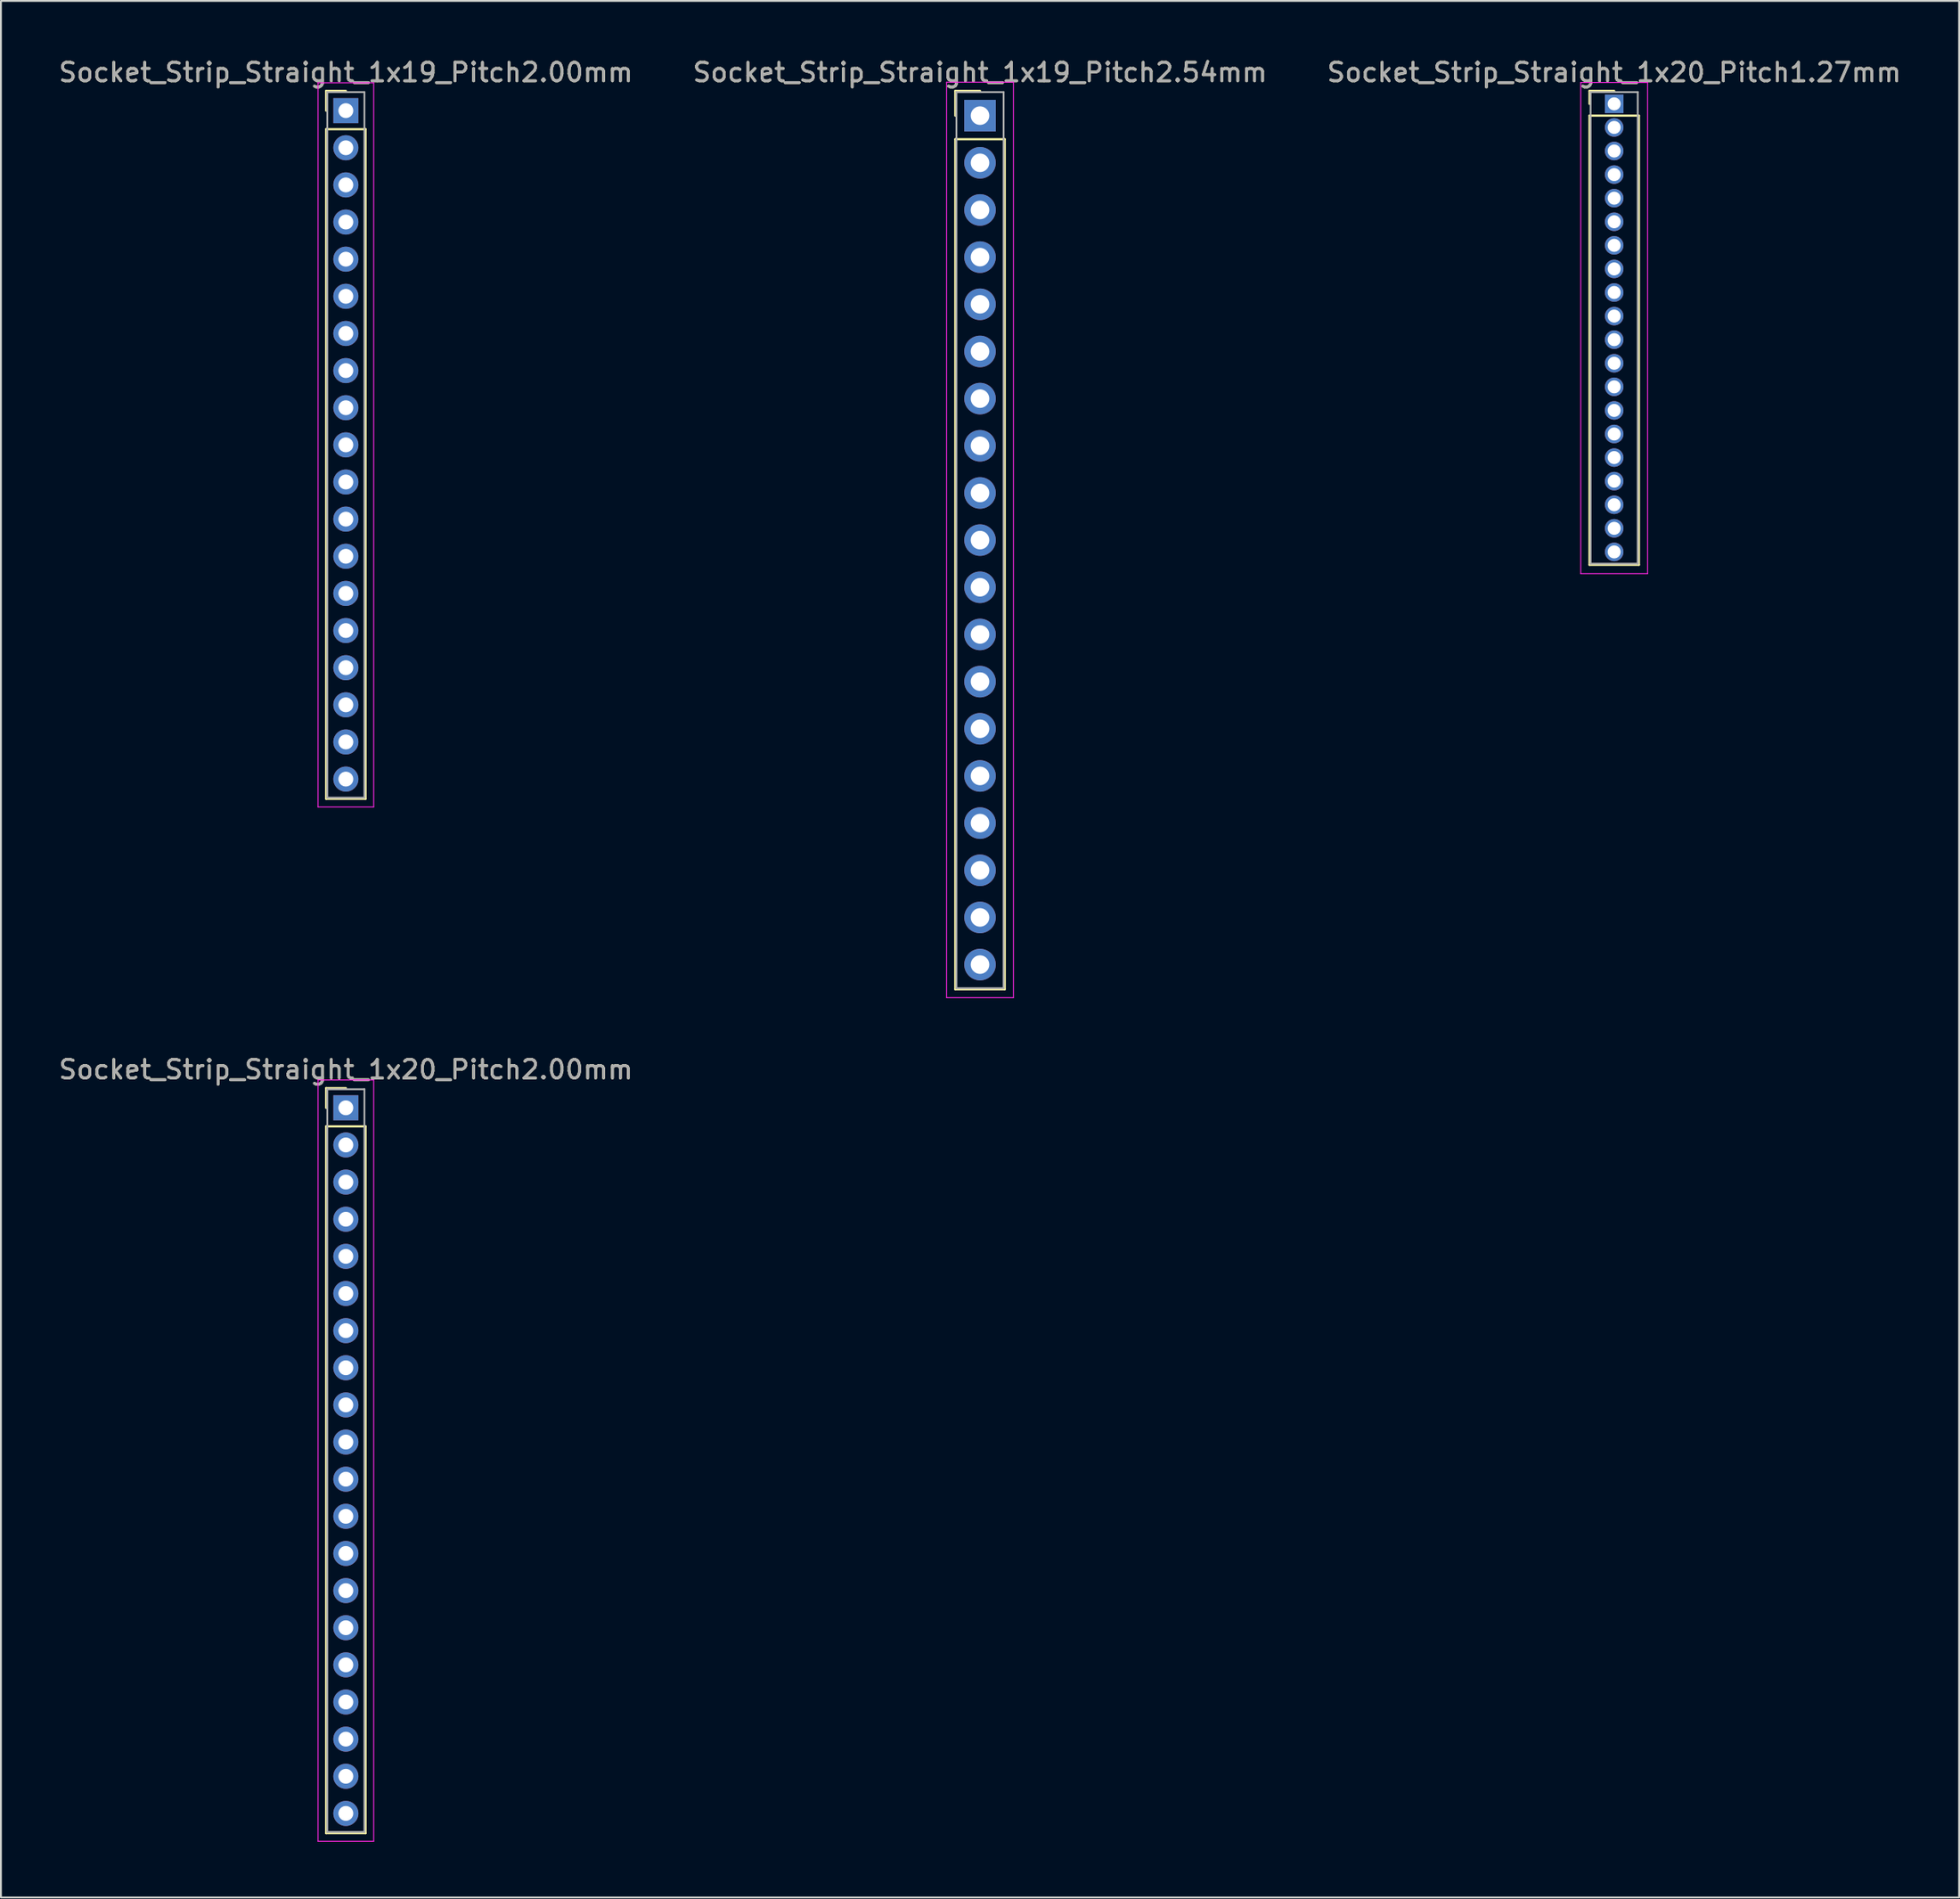
<source format=kicad_pcb>
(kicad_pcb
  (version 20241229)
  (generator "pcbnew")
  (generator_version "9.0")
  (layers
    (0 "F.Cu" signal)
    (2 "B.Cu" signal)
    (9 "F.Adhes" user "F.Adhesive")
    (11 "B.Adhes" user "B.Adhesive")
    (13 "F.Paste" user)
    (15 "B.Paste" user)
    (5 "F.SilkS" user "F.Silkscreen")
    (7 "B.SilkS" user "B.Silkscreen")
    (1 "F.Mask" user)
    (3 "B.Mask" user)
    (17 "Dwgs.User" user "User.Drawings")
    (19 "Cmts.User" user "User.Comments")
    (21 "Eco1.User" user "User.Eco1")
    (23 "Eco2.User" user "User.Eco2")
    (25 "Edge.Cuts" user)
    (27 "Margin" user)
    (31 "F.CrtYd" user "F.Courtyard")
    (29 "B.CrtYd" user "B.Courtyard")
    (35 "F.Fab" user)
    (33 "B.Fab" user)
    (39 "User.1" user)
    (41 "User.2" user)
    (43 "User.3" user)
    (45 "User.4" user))
  (footprint "Socket_Strip_Straight_1x20_Pitch2.00mm"
    (layer "F.Cu")
    (at 15.577 56.611)
    (property "Reference" "Socket_Strip_Straight_1x20_Pitch2.00mm" (at 0 -2.06 0) (layer "F.SilkS") (effects (font (size 1 1) (thickness 0.15))))
    (attr through_hole)
    (fp_line (start -1.06 -1.06) (end 0 -1.06) (stroke (width 0.12) (type solid)) (layer "F.SilkS"))
    (fp_line (start -1.06 0) (end -1.06 -1.06) (stroke (width 0.12) (type solid)) (layer "F.SilkS"))
    (fp_line (start -1.06 1) (end -1.06 39.06) (stroke (width 0.12) (type solid)) (layer "F.SilkS"))
    (fp_line (start -1.06 39.06) (end 1.06 39.06) (stroke (width 0.12) (type solid)) (layer "F.SilkS"))
    (fp_line (start 1.06 1) (end -1.06 1) (stroke (width 0.12) (type solid)) (layer "F.SilkS"))
    (fp_line (start 1.06 39.06) (end 1.06 1) (stroke (width 0.12) (type solid)) (layer "F.SilkS"))
    (fp_line (start -1.5 -1.5) (end -1.5 39.5) (stroke (width 0.05) (type solid)) (layer "F.CrtYd"))
    (fp_line (start -1.5 39.5) (end 1.5 39.5) (stroke (width 0.05) (type solid)) (layer "F.CrtYd"))
    (fp_line (start 1.5 -1.5) (end -1.5 -1.5) (stroke (width 0.05) (type solid)) (layer "F.CrtYd"))
    (fp_line (start 1.5 39.5) (end 1.5 -1.5) (stroke (width 0.05) (type solid)) (layer "F.CrtYd"))
    (fp_line (start -1 -1) (end -1 39) (stroke (width 0.1) (type solid)) (layer "F.Fab"))
    (fp_line (start -1 39) (end 1 39) (stroke (width 0.1) (type solid)) (layer "F.Fab"))
    (fp_line (start 1 -1) (end -1 -1) (stroke (width 0.1) (type solid)) (layer "F.Fab"))
    (fp_line (start 1 39) (end 1 -1) (stroke (width 0.1) (type solid)) (layer "F.Fab"))
    (fp_text user "${REFERENCE}" (at 0 -2.06 0) (layer "F.Fab") (effects (font (size 1 1) (thickness 0.15))))
    (pad "1" thru_hole rect (at 0 0) (size 1.35 1.35) (drill 0.8) (layers "*.Cu" "*.Mask"))
    (pad "2" thru_hole oval (at 0 2) (size 1.35 1.35) (drill 0.8) (layers "*.Cu" "*.Mask"))
    (pad "3" thru_hole oval (at 0 4) (size 1.35 1.35) (drill 0.8) (layers "*.Cu" "*.Mask"))
    (pad "4" thru_hole oval (at 0 6) (size 1.35 1.35) (drill 0.8) (layers "*.Cu" "*.Mask"))
    (pad "5" thru_hole oval (at 0 8) (size 1.35 1.35) (drill 0.8) (layers "*.Cu" "*.Mask"))
    (pad "6" thru_hole oval (at 0 10) (size 1.35 1.35) (drill 0.8) (layers "*.Cu" "*.Mask"))
    (pad "7" thru_hole oval (at 0 12) (size 1.35 1.35) (drill 0.8) (layers "*.Cu" "*.Mask"))
    (pad "8" thru_hole oval (at 0 14) (size 1.35 1.35) (drill 0.8) (layers "*.Cu" "*.Mask"))
    (pad "9" thru_hole oval (at 0 16) (size 1.35 1.35) (drill 0.8) (layers "*.Cu" "*.Mask"))
    (pad "10" thru_hole oval (at 0 18) (size 1.35 1.35) (drill 0.8) (layers "*.Cu" "*.Mask"))
    (pad "11" thru_hole oval (at 0 20) (size 1.35 1.35) (drill 0.8) (layers "*.Cu" "*.Mask"))
    (pad "12" thru_hole oval (at 0 22) (size 1.35 1.35) (drill 0.8) (layers "*.Cu" "*.Mask"))
    (pad "13" thru_hole oval (at 0 24) (size 1.35 1.35) (drill 0.8) (layers "*.Cu" "*.Mask"))
    (pad "14" thru_hole oval (at 0 26) (size 1.35 1.35) (drill 0.8) (layers "*.Cu" "*.Mask"))
    (pad "15" thru_hole oval (at 0 28) (size 1.35 1.35) (drill 0.8) (layers "*.Cu" "*.Mask"))
    (pad "16" thru_hole oval (at 0 30) (size 1.35 1.35) (drill 0.8) (layers "*.Cu" "*.Mask"))
    (pad "17" thru_hole oval (at 0 32) (size 1.35 1.35) (drill 0.8) (layers "*.Cu" "*.Mask"))
    (pad "18" thru_hole oval (at 0 34) (size 1.35 1.35) (drill 0.8) (layers "*.Cu" "*.Mask"))
    (pad "19" thru_hole oval (at 0 36) (size 1.35 1.35) (drill 0.8) (layers "*.Cu" "*.Mask"))
    (pad "20" thru_hole oval (at 0 38) (size 1.35 1.35) (drill 0.8) (layers "*.Cu" "*.Mask")))
  (footprint "Socket_Strip_Straight_1x20_Pitch1.27mm"
    (layer "F.Cu")
    (at 83.887 2.543)
    (property "Reference" "Socket_Strip_Straight_1x20_Pitch1.27mm" (at 0 -1.695 0) (layer "F.SilkS") (effects (font (size 1 1) (thickness 0.15))))
    (attr through_hole)
    (fp_line (start -1.33 -0.695) (end 0 -0.695) (stroke (width 0.12) (type solid)) (layer "F.SilkS"))
    (fp_line (start -1.33 0) (end -1.33 -0.695) (stroke (width 0.12) (type solid)) (layer "F.SilkS"))
    (fp_line (start -1.33 0.635) (end -1.33 24.825) (stroke (width 0.12) (type solid)) (layer "F.SilkS"))
    (fp_line (start -1.33 24.825) (end 1.33 24.825) (stroke (width 0.12) (type solid)) (layer "F.SilkS"))
    (fp_line (start 1.33 0.635) (end -1.33 0.635) (stroke (width 0.12) (type solid)) (layer "F.SilkS"))
    (fp_line (start 1.33 24.825) (end 1.33 0.635) (stroke (width 0.12) (type solid)) (layer "F.SilkS"))
    (fp_line (start -1.8 -1.15) (end -1.8 25.3) (stroke (width 0.05) (type solid)) (layer "F.CrtYd"))
    (fp_line (start -1.8 25.3) (end 1.8 25.3) (stroke (width 0.05) (type solid)) (layer "F.CrtYd"))
    (fp_line (start 1.8 -1.15) (end -1.8 -1.15) (stroke (width 0.05) (type solid)) (layer "F.CrtYd"))
    (fp_line (start 1.8 25.3) (end 1.8 -1.15) (stroke (width 0.05) (type solid)) (layer "F.CrtYd"))
    (fp_line (start -1.27 -0.635) (end -1.27 24.765) (stroke (width 0.1) (type solid)) (layer "F.Fab"))
    (fp_line (start -1.27 24.765) (end 1.27 24.765) (stroke (width 0.1) (type solid)) (layer "F.Fab"))
    (fp_line (start 1.27 -0.635) (end -1.27 -0.635) (stroke (width 0.1) (type solid)) (layer "F.Fab"))
    (fp_line (start 1.27 24.765) (end 1.27 -0.635) (stroke (width 0.1) (type solid)) (layer "F.Fab"))
    (fp_text user "${REFERENCE}" (at 0 -1.695 0) (layer "F.Fab") (effects (font (size 1 1) (thickness 0.15))))
    (pad "1" thru_hole rect (at 0 0) (size 1 1) (drill 0.7) (layers "*.Cu" "*.Mask"))
    (pad "2" thru_hole oval (at 0 1.27) (size 1 1) (drill 0.7) (layers "*.Cu" "*.Mask"))
    (pad "3" thru_hole oval (at 0 2.54) (size 1 1) (drill 0.7) (layers "*.Cu" "*.Mask"))
    (pad "4" thru_hole oval (at 0 3.81) (size 1 1) (drill 0.7) (layers "*.Cu" "*.Mask"))
    (pad "5" thru_hole oval (at 0 5.08) (size 1 1) (drill 0.7) (layers "*.Cu" "*.Mask"))
    (pad "6" thru_hole oval (at 0 6.35) (size 1 1) (drill 0.7) (layers "*.Cu" "*.Mask"))
    (pad "7" thru_hole oval (at 0 7.62) (size 1 1) (drill 0.7) (layers "*.Cu" "*.Mask"))
    (pad "8" thru_hole oval (at 0 8.89) (size 1 1) (drill 0.7) (layers "*.Cu" "*.Mask"))
    (pad "9" thru_hole oval (at 0 10.16) (size 1 1) (drill 0.7) (layers "*.Cu" "*.Mask"))
    (pad "10" thru_hole oval (at 0 11.43) (size 1 1) (drill 0.7) (layers "*.Cu" "*.Mask"))
    (pad "11" thru_hole oval (at 0 12.7) (size 1 1) (drill 0.7) (layers "*.Cu" "*.Mask"))
    (pad "12" thru_hole oval (at 0 13.97) (size 1 1) (drill 0.7) (layers "*.Cu" "*.Mask"))
    (pad "13" thru_hole oval (at 0 15.24) (size 1 1) (drill 0.7) (layers "*.Cu" "*.Mask"))
    (pad "14" thru_hole oval (at 0 16.51) (size 1 1) (drill 0.7) (layers "*.Cu" "*.Mask"))
    (pad "15" thru_hole oval (at 0 17.78) (size 1 1) (drill 0.7) (layers "*.Cu" "*.Mask"))
    (pad "16" thru_hole oval (at 0 19.05) (size 1 1) (drill 0.7) (layers "*.Cu" "*.Mask"))
    (pad "17" thru_hole oval (at 0 20.32) (size 1 1) (drill 0.7) (layers "*.Cu" "*.Mask"))
    (pad "18" thru_hole oval (at 0 21.59) (size 1 1) (drill 0.7) (layers "*.Cu" "*.Mask"))
    (pad "19" thru_hole oval (at 0 22.86) (size 1 1) (drill 0.7) (layers "*.Cu" "*.Mask"))
    (pad "20" thru_hole oval (at 0 24.13) (size 1 1) (drill 0.7) (layers "*.Cu" "*.Mask")))
  (footprint "Socket_Strip_Straight_1x19_Pitch2.54mm"
    (layer "F.Cu")
    (at 49.732 3.178)
    (property "Reference" "Socket_Strip_Straight_1x19_Pitch2.54mm" (at 0 -2.33 0) (layer "F.SilkS") (effects (font (size 1 1) (thickness 0.15))))
    (attr through_hole)
    (fp_line (start -1.33 -1.33) (end 0 -1.33) (stroke (width 0.12) (type solid)) (layer "F.SilkS"))
    (fp_line (start -1.33 0) (end -1.33 -1.33) (stroke (width 0.12) (type solid)) (layer "F.SilkS"))
    (fp_line (start -1.33 1.27) (end -1.33 47.05) (stroke (width 0.12) (type solid)) (layer "F.SilkS"))
    (fp_line (start -1.33 47.05) (end 1.33 47.05) (stroke (width 0.12) (type solid)) (layer "F.SilkS"))
    (fp_line (start 1.33 1.27) (end -1.33 1.27) (stroke (width 0.12) (type solid)) (layer "F.SilkS"))
    (fp_line (start 1.33 47.05) (end 1.33 1.27) (stroke (width 0.12) (type solid)) (layer "F.SilkS"))
    (fp_line (start -1.8 -1.8) (end -1.8 47.5) (stroke (width 0.05) (type solid)) (layer "F.CrtYd"))
    (fp_line (start -1.8 47.5) (end 1.8 47.5) (stroke (width 0.05) (type solid)) (layer "F.CrtYd"))
    (fp_line (start 1.8 -1.8) (end -1.8 -1.8) (stroke (width 0.05) (type solid)) (layer "F.CrtYd"))
    (fp_line (start 1.8 47.5) (end 1.8 -1.8) (stroke (width 0.05) (type solid)) (layer "F.CrtYd"))
    (fp_line (start -1.27 -1.27) (end -1.27 46.99) (stroke (width 0.1) (type solid)) (layer "F.Fab"))
    (fp_line (start -1.27 46.99) (end 1.27 46.99) (stroke (width 0.1) (type solid)) (layer "F.Fab"))
    (fp_line (start 1.27 -1.27) (end -1.27 -1.27) (stroke (width 0.1) (type solid)) (layer "F.Fab"))
    (fp_line (start 1.27 46.99) (end 1.27 -1.27) (stroke (width 0.1) (type solid)) (layer "F.Fab"))
    (fp_text user "${REFERENCE}" (at 0 -2.33 0) (layer "F.Fab") (effects (font (size 1 1) (thickness 0.15))))
    (pad "1" thru_hole rect (at 0 0) (size 1.7 1.7) (drill 1) (layers "*.Cu" "*.Mask"))
    (pad "2" thru_hole oval (at 0 2.54) (size 1.7 1.7) (drill 1) (layers "*.Cu" "*.Mask"))
    (pad "3" thru_hole oval (at 0 5.08) (size 1.7 1.7) (drill 1) (layers "*.Cu" "*.Mask"))
    (pad "4" thru_hole oval (at 0 7.62) (size 1.7 1.7) (drill 1) (layers "*.Cu" "*.Mask"))
    (pad "5" thru_hole oval (at 0 10.16) (size 1.7 1.7) (drill 1) (layers "*.Cu" "*.Mask"))
    (pad "6" thru_hole oval (at 0 12.7) (size 1.7 1.7) (drill 1) (layers "*.Cu" "*.Mask"))
    (pad "7" thru_hole oval (at 0 15.24) (size 1.7 1.7) (drill 1) (layers "*.Cu" "*.Mask"))
    (pad "8" thru_hole oval (at 0 17.78) (size 1.7 1.7) (drill 1) (layers "*.Cu" "*.Mask"))
    (pad "9" thru_hole oval (at 0 20.32) (size 1.7 1.7) (drill 1) (layers "*.Cu" "*.Mask"))
    (pad "10" thru_hole oval (at 0 22.86) (size 1.7 1.7) (drill 1) (layers "*.Cu" "*.Mask"))
    (pad "11" thru_hole oval (at 0 25.4) (size 1.7 1.7) (drill 1) (layers "*.Cu" "*.Mask"))
    (pad "12" thru_hole oval (at 0 27.94) (size 1.7 1.7) (drill 1) (layers "*.Cu" "*.Mask"))
    (pad "13" thru_hole oval (at 0 30.48) (size 1.7 1.7) (drill 1) (layers "*.Cu" "*.Mask"))
    (pad "14" thru_hole oval (at 0 33.02) (size 1.7 1.7) (drill 1) (layers "*.Cu" "*.Mask"))
    (pad "15" thru_hole oval (at 0 35.56) (size 1.7 1.7) (drill 1) (layers "*.Cu" "*.Mask"))
    (pad "16" thru_hole oval (at 0 38.1) (size 1.7 1.7) (drill 1) (layers "*.Cu" "*.Mask"))
    (pad "17" thru_hole oval (at 0 40.64) (size 1.7 1.7) (drill 1) (layers "*.Cu" "*.Mask"))
    (pad "18" thru_hole oval (at 0 43.18) (size 1.7 1.7) (drill 1) (layers "*.Cu" "*.Mask"))
    (pad "19" thru_hole oval (at 0 45.72) (size 1.7 1.7) (drill 1) (layers "*.Cu" "*.Mask")))
  (footprint "Socket_Strip_Straight_1x19_Pitch2.00mm"
    (layer "F.Cu")
    (at 15.577 2.908)
    (property "Reference" "Socket_Strip_Straight_1x19_Pitch2.00mm" (at 0 -2.06 0) (layer "F.SilkS") (effects (font (size 1 1) (thickness 0.15))))
    (attr through_hole)
    (fp_line (start -1.06 -1.06) (end 0 -1.06) (stroke (width 0.12) (type solid)) (layer "F.SilkS"))
    (fp_line (start -1.06 0) (end -1.06 -1.06) (stroke (width 0.12) (type solid)) (layer "F.SilkS"))
    (fp_line (start -1.06 1) (end -1.06 37.06) (stroke (width 0.12) (type solid)) (layer "F.SilkS"))
    (fp_line (start -1.06 37.06) (end 1.06 37.06) (stroke (width 0.12) (type solid)) (layer "F.SilkS"))
    (fp_line (start 1.06 1) (end -1.06 1) (stroke (width 0.12) (type solid)) (layer "F.SilkS"))
    (fp_line (start 1.06 37.06) (end 1.06 1) (stroke (width 0.12) (type solid)) (layer "F.SilkS"))
    (fp_line (start -1.5 -1.5) (end -1.5 37.5) (stroke (width 0.05) (type solid)) (layer "F.CrtYd"))
    (fp_line (start -1.5 37.5) (end 1.5 37.5) (stroke (width 0.05) (type solid)) (layer "F.CrtYd"))
    (fp_line (start 1.5 -1.5) (end -1.5 -1.5) (stroke (width 0.05) (type solid)) (layer "F.CrtYd"))
    (fp_line (start 1.5 37.5) (end 1.5 -1.5) (stroke (width 0.05) (type solid)) (layer "F.CrtYd"))
    (fp_line (start -1 -1) (end -1 37) (stroke (width 0.1) (type solid)) (layer "F.Fab"))
    (fp_line (start -1 37) (end 1 37) (stroke (width 0.1) (type solid)) (layer "F.Fab"))
    (fp_line (start 1 -1) (end -1 -1) (stroke (width 0.1) (type solid)) (layer "F.Fab"))
    (fp_line (start 1 37) (end 1 -1) (stroke (width 0.1) (type solid)) (layer "F.Fab"))
    (fp_text user "${REFERENCE}" (at 0 -2.06 0) (layer "F.Fab") (effects (font (size 1 1) (thickness 0.15))))
    (pad "1" thru_hole rect (at 0 0) (size 1.35 1.35) (drill 0.8) (layers "*.Cu" "*.Mask"))
    (pad "2" thru_hole oval (at 0 2) (size 1.35 1.35) (drill 0.8) (layers "*.Cu" "*.Mask"))
    (pad "3" thru_hole oval (at 0 4) (size 1.35 1.35) (drill 0.8) (layers "*.Cu" "*.Mask"))
    (pad "4" thru_hole oval (at 0 6) (size 1.35 1.35) (drill 0.8) (layers "*.Cu" "*.Mask"))
    (pad "5" thru_hole oval (at 0 8) (size 1.35 1.35) (drill 0.8) (layers "*.Cu" "*.Mask"))
    (pad "6" thru_hole oval (at 0 10) (size 1.35 1.35) (drill 0.8) (layers "*.Cu" "*.Mask"))
    (pad "7" thru_hole oval (at 0 12) (size 1.35 1.35) (drill 0.8) (layers "*.Cu" "*.Mask"))
    (pad "8" thru_hole oval (at 0 14) (size 1.35 1.35) (drill 0.8) (layers "*.Cu" "*.Mask"))
    (pad "9" thru_hole oval (at 0 16) (size 1.35 1.35) (drill 0.8) (layers "*.Cu" "*.Mask"))
    (pad "10" thru_hole oval (at 0 18) (size 1.35 1.35) (drill 0.8) (layers "*.Cu" "*.Mask"))
    (pad "11" thru_hole oval (at 0 20) (size 1.35 1.35) (drill 0.8) (layers "*.Cu" "*.Mask"))
    (pad "12" thru_hole oval (at 0 22) (size 1.35 1.35) (drill 0.8) (layers "*.Cu" "*.Mask"))
    (pad "13" thru_hole oval (at 0 24) (size 1.35 1.35) (drill 0.8) (layers "*.Cu" "*.Mask"))
    (pad "14" thru_hole oval (at 0 26) (size 1.35 1.35) (drill 0.8) (layers "*.Cu" "*.Mask"))
    (pad "15" thru_hole oval (at 0 28) (size 1.35 1.35) (drill 0.8) (layers "*.Cu" "*.Mask"))
    (pad "16" thru_hole oval (at 0 30) (size 1.35 1.35) (drill 0.8) (layers "*.Cu" "*.Mask"))
    (pad "17" thru_hole oval (at 0 32) (size 1.35 1.35) (drill 0.8) (layers "*.Cu" "*.Mask"))
    (pad "18" thru_hole oval (at 0 34) (size 1.35 1.35) (drill 0.8) (layers "*.Cu" "*.Mask"))
    (pad "19" thru_hole oval (at 0 36) (size 1.35 1.35) (drill 0.8) (layers "*.Cu" "*.Mask")))
  (gr_rect
    (start -3 -3)
    (end 102.464 99.136)
    (stroke (width 0.1) (type default))
    (fill no)
    (layer "Edge.Cuts")))
</source>
